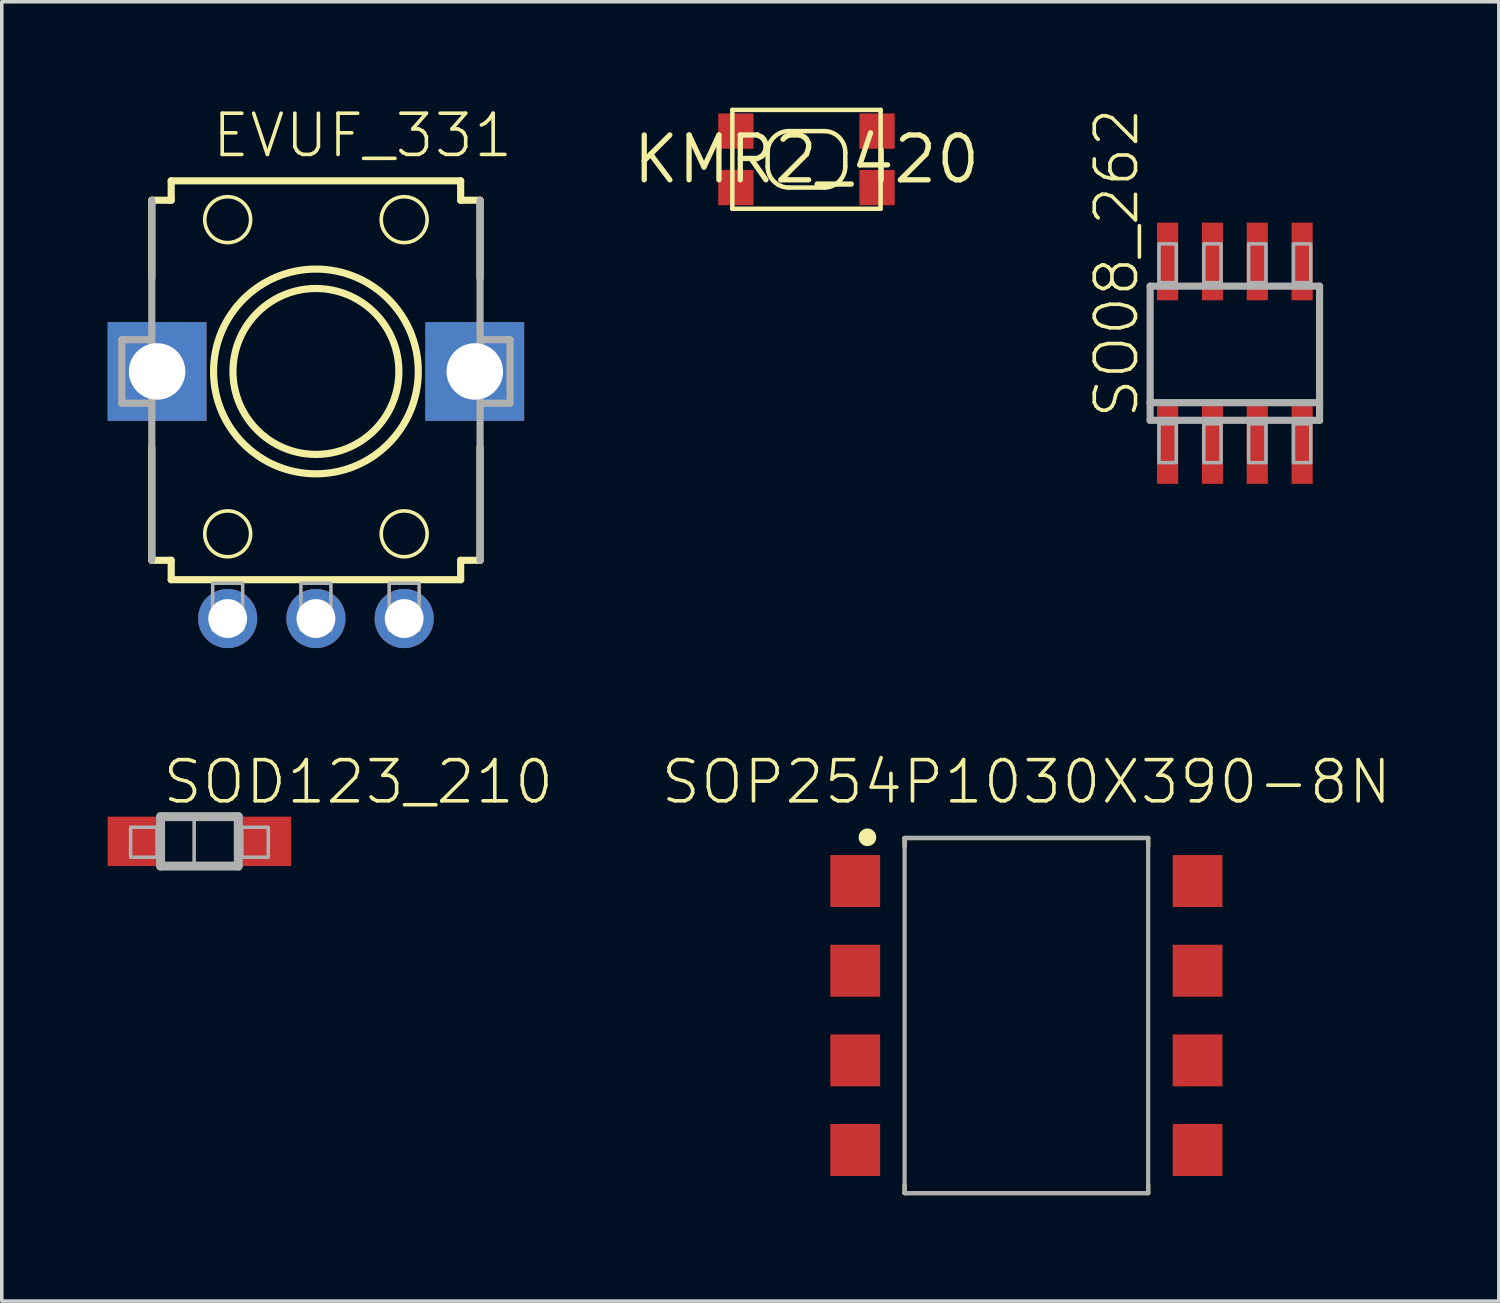
<source format=kicad_pcb>
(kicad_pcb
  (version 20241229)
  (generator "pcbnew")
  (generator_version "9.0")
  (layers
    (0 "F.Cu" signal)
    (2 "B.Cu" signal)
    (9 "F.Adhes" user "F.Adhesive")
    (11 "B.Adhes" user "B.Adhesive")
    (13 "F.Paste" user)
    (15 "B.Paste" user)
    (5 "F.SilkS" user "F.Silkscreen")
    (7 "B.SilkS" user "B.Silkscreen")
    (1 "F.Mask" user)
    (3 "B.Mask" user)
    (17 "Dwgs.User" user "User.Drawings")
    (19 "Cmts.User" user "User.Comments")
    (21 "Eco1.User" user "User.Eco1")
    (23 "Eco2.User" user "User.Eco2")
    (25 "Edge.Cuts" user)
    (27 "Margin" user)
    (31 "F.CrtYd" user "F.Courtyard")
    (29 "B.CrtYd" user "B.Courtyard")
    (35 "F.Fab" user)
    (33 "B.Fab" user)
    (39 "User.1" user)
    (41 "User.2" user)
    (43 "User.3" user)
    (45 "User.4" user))
  (footprint "SOP254P1030X390-8N"
    (layer "F.Cu")
    (at 26.027 25.72)
    (property "Reference" "SOP254P1030X390-8N" (at 0 -5.935 0) (unlocked yes) (layer "F.SilkS") (effects (font (size 1.168 1.168) (thickness 0.102)) (justify bottom)))
    (fp_line (start -3.45 -5.03) (end 3.45 -5.03) (stroke (width 0.12) (type solid)) (layer "F.SilkS"))
    (fp_line (start -3.45 -4.8) (end -3.45 -5.03) (stroke (width 0.12) (type solid)) (layer "F.SilkS"))
    (fp_line (start -3.45 4.8) (end -3.45 5.03) (stroke (width 0.12) (type solid)) (layer "F.SilkS"))
    (fp_line (start -3.45 5.03) (end 3.45 5.03) (stroke (width 0.12) (type solid)) (layer "F.SilkS"))
    (fp_line (start 3.45 -5.03) (end 3.45 -4.8) (stroke (width 0.12) (type solid)) (layer "F.SilkS"))
    (fp_line (start 3.45 5.03) (end 3.45 4.8) (stroke (width 0.12) (type solid)) (layer "F.SilkS"))
    (fp_circle (center -4.503 -5.05) (end -4.378 -5.05) (stroke (width 0.25) (type solid)) (fill yes) (layer "F.SilkS"))
    (fp_line (start -3.45 -5.03) (end 3.45 -5.03) (stroke (width 0.12) (type solid)) (layer "F.Fab"))
    (fp_line (start -3.45 5.03) (end -3.45 -5.03) (stroke (width 0.12) (type solid)) (layer "F.Fab"))
    (fp_line (start 3.45 -5.03) (end 3.45 5.03) (stroke (width 0.12) (type solid)) (layer "F.Fab"))
    (fp_line (start 3.45 5.03) (end -3.45 5.03) (stroke (width 0.12) (type solid)) (layer "F.Fab"))
    (pad "1" smd rect (at -4.85 -3.81) (size 1.412 1.472) (layers "F.Cu" "F.Mask" "F.Paste"))
    (pad "2" smd rect (at -4.85 -1.27) (size 1.412 1.472) (layers "F.Cu" "F.Mask" "F.Paste"))
    (pad "3" smd rect (at -4.85 1.27) (size 1.412 1.472) (layers "F.Cu" "F.Mask" "F.Paste"))
    (pad "4" smd rect (at -4.85 3.81) (size 1.412 1.472) (layers "F.Cu" "F.Mask" "F.Paste"))
    (pad "5" smd rect (at 4.85 3.81) (size 1.412 1.472) (layers "F.Cu" "F.Mask" "F.Paste"))
    (pad "6" smd rect (at 4.85 1.27) (size 1.412 1.472) (layers "F.Cu" "F.Mask" "F.Paste"))
    (pad "7" smd rect (at 4.85 -1.27) (size 1.412 1.472) (layers "F.Cu" "F.Mask" "F.Paste"))
    (pad "8" smd rect (at 4.85 -3.81) (size 1.412 1.472) (layers "F.Cu" "F.Mask" "F.Paste")))
  (footprint "SOD123_210"
    (layer "F.Cu")
    (at 2.6 20.785)
    (property "Reference" "SOD123_210" (at -1.1 -1 0) (unlocked yes) (layer "F.SilkS") (effects (font (size 1.168 1.168) (thickness 0.102)) (justify left bottom)))
    (fp_line (start -1.1 -0.7) (end 1.1 -0.7) (stroke (width 0.254) (type solid)) (layer "F.Fab"))
    (fp_line (start -1.1 0.7) (end -1.1 -0.7) (stroke (width 0.254) (type solid)) (layer "F.Fab"))
    (fp_line (start 1.1 -0.7) (end 1.1 0.7) (stroke (width 0.254) (type solid)) (layer "F.Fab"))
    (fp_line (start 1.1 0.7) (end -1.1 0.7) (stroke (width 0.254) (type solid)) (layer "F.Fab"))
    (fp_poly (pts (xy -1.95 0.45) (xy -1.2 0.45) (xy -1.2 -0.4) (xy -1.95 -0.4)) (stroke (width 0.1) (type default)) (fill no) (layer "F.Fab"))
    (fp_poly (pts (xy -1.05 0.65) (xy -0.15 0.65) (xy -0.15 -0.7) (xy -1.05 -0.7)) (stroke (width 0.1) (type default)) (fill no) (layer "F.Fab"))
    (fp_poly (pts (xy 1.2 0.45) (xy 1.95 0.45) (xy 1.95 -0.4) (xy 1.2 -0.4)) (stroke (width 0.1) (type default)) (fill no) (layer "F.Fab"))
    (pad "A" smd rect (at 1.9 0) (size 1.4 1.4) (layers "F.Cu" "F.Mask" "F.Paste"))
    (pad "C" smd rect (at -1.9 0) (size 1.4 1.4) (layers "F.Cu" "F.Mask" "F.Paste")))
  (footprint "KMR2_420"
    (layer "F.Cu")
    (at 19.797 1.464)
    (property "Reference" "KMR2_420" (at 0 0 0) (layer "F.SilkS") (effects (font (size 1.27 1.27) (thickness 0.15))))
    (fp_line (start -2.1 -1.4) (end 2.1 -1.4) (stroke (width 0.127) (type solid)) (layer "F.SilkS"))
    (fp_line (start -2.1 1.4) (end -2.1 -1.4) (stroke (width 0.127) (type solid)) (layer "F.SilkS"))
    (fp_line (start -1.1 0.2) (end -1.1 -0.2) (stroke (width 0.127) (type solid)) (layer "F.SilkS"))
    (fp_line (start -0.5 -0.8) (end 0.5 -0.8) (stroke (width 0.127) (type solid)) (layer "F.SilkS"))
    (fp_line (start 0.5 0.8) (end -0.5 0.8) (stroke (width 0.127) (type solid)) (layer "F.SilkS"))
    (fp_line (start 1.1 -0.2) (end 1.1 0.2) (stroke (width 0.127) (type solid)) (layer "F.SilkS"))
    (fp_line (start 2.1 -1.4) (end 2.1 1.4) (stroke (width 0.127) (type solid)) (layer "F.SilkS"))
    (fp_line (start 2.1 1.4) (end -2.1 1.4) (stroke (width 0.127) (type solid)) (layer "F.SilkS"))
    (fp_arc (start -1.1 -0.2) (mid -0.924263 -0.624264) (end -0.499998 -0.8) (stroke (width 0.127) (type solid)) (layer "F.SilkS"))
    (fp_arc (start -0.5 0.8) (mid -0.924264 0.624263) (end -1.1 0.199998) (stroke (width 0.127) (type solid)) (layer "F.SilkS"))
    (fp_arc (start 0.5 -0.8) (mid 0.924264 -0.624263) (end 1.1 -0.199998) (stroke (width 0.127) (type solid)) (layer "F.SilkS"))
    (fp_arc (start 1.1 0.2) (mid 0.924263 0.624264) (end 0.499998 0.8) (stroke (width 0.127) (type solid)) (layer "F.SilkS"))
    (pad "1" smd rect (at 2 -0.8) (size 1 1) (layers "F.Cu" "F.Mask" "F.Paste"))
    (pad "2" smd rect (at 2 0.8) (size 1 1) (layers "F.Cu" "F.Mask" "F.Paste"))
    (pad "3" smd rect (at -2 -0.8) (size 1 1) (layers "F.Cu" "F.Mask" "F.Paste"))
    (pad "4" smd rect (at -2 0.8) (size 1 1) (layers "F.Cu" "F.Mask" "F.Paste")))
  (footprint "EVUF_331"
    (layer "F.Cu")
    (at 5.9 7.473)
    (property "Reference" "EVUF_331" (at -3 -6 0) (unlocked yes) (layer "F.SilkS") (effects (font (size 1.168 1.168) (thickness 0.102)) (justify left bottom)))
    (fp_line (start -4.65 -2.65) (end -4.65 -4.85) (stroke (width 0.203) (type solid)) (layer "F.SilkS"))
    (fp_line (start -4.65 5.35) (end -4.65 2.15) (stroke (width 0.203) (type solid)) (layer "F.SilkS"))
    (fp_line (start -4.65 5.35) (end -4.1 5.35) (stroke (width 0.203) (type solid)) (layer "F.SilkS"))
    (fp_line (start -4.1 -5.4) (end -4.1 -4.85) (stroke (width 0.203) (type solid)) (layer "F.SilkS"))
    (fp_line (start -4.1 -5.4) (end 4.1 -5.4) (stroke (width 0.203) (type solid)) (layer "F.SilkS"))
    (fp_line (start -4.1 -4.85) (end -4.65 -4.85) (stroke (width 0.203) (type solid)) (layer "F.SilkS"))
    (fp_line (start -4.1 5.35) (end -4.1 5.9) (stroke (width 0.203) (type solid)) (layer "F.SilkS"))
    (fp_line (start 4.1 -4.85) (end 4.1 -5.4) (stroke (width 0.203) (type solid)) (layer "F.SilkS"))
    (fp_line (start 4.1 5.35) (end 4.65 5.35) (stroke (width 0.203) (type solid)) (layer "F.SilkS"))
    (fp_line (start 4.1 5.9) (end -4.1 5.9) (stroke (width 0.203) (type solid)) (layer "F.SilkS"))
    (fp_line (start 4.1 5.9) (end 4.1 5.35) (stroke (width 0.203) (type solid)) (layer "F.SilkS"))
    (fp_line (start 4.65 -4.85) (end 4.1 -4.85) (stroke (width 0.203) (type solid)) (layer "F.SilkS"))
    (fp_line (start 4.65 -4.85) (end 4.65 -2.65) (stroke (width 0.203) (type solid)) (layer "F.SilkS"))
    (fp_line (start 4.65 2.15) (end 4.65 5.35) (stroke (width 0.203) (type solid)) (layer "F.SilkS"))
    (fp_circle (center -2.5 -4.3) (end -1.85 -4.3) (stroke (width 0.102) (type solid)) (fill no) (layer "F.SilkS"))
    (fp_circle (center -2.5 4.6) (end -1.85 4.6) (stroke (width 0.102) (type solid)) (fill no) (layer "F.SilkS"))
    (fp_circle (center 0 0) (end 2.35 0) (stroke (width 0.203) (type solid)) (fill no) (layer "F.SilkS"))
    (fp_circle (center 0 0) (end 2.9 0) (stroke (width 0.203) (type solid)) (fill no) (layer "F.SilkS"))
    (fp_circle (center 2.5 -4.3) (end 3.15 -4.3) (stroke (width 0.102) (type solid)) (fill no) (layer "F.SilkS"))
    (fp_circle (center 2.5 4.6) (end 3.15 4.6) (stroke (width 0.102) (type solid)) (fill no) (layer "F.SilkS"))
    (fp_line (start -5.5 -0.9) (end -5.5 0.9) (stroke (width 0.203) (type solid)) (layer "F.Fab"))
    (fp_line (start -5.5 0.9) (end -4.75 0.9) (stroke (width 0.203) (type solid)) (layer "F.Fab"))
    (fp_line (start -4.75 -0.9) (end -5.5 -0.9) (stroke (width 0.203) (type solid)) (layer "F.Fab"))
    (fp_line (start -4.65 5.35) (end -4.65 -4.85) (stroke (width 0.203) (type solid)) (layer "F.Fab"))
    (fp_line (start 4.65 -4.85) (end 4.65 5.35) (stroke (width 0.203) (type solid)) (layer "F.Fab"))
    (fp_line (start 4.75 0.9) (end 5.5 0.9) (stroke (width 0.203) (type solid)) (layer "F.Fab"))
    (fp_line (start 5.5 -0.9) (end 4.75 -0.9) (stroke (width 0.203) (type solid)) (layer "F.Fab"))
    (fp_line (start 5.5 0.9) (end 5.5 -0.9) (stroke (width 0.203) (type solid)) (layer "F.Fab"))
    (fp_poly (pts (xy -2.925 7.325) (xy -2.075 7.325) (xy -2.075 6) (xy -2.925 6)) (stroke (width 0.1) (type default)) (fill no) (layer "F.Fab"))
    (fp_poly (pts (xy -0.425 7.325) (xy 0.425 7.325) (xy 0.425 6) (xy -0.425 6)) (stroke (width 0.1) (type default)) (fill no) (layer "F.Fab"))
    (fp_poly (pts (xy 2.075 7.325) (xy 2.925 7.325) (xy 2.925 6) (xy 2.075 6)) (stroke (width 0.1) (type default)) (fill no) (layer "F.Fab"))
    (pad "1" thru_hole circle (at -2.5 7 270) (size 1.676 1.676) (drill 1.1) (layers "*.Cu" "*.Mask"))
    (pad "2" thru_hole circle (at 0 7 270) (size 1.676 1.676) (drill 1.1) (layers "*.Cu" "*.Mask"))
    (pad "3" thru_hole circle (at 2.5 7 270) (size 1.676 1.676) (drill 1.1) (layers "*.Cu" "*.Mask"))
    (pad "M1" thru_hole rect (at 4.5 0 270) (size 2.8 2.8) (drill 1.6) (layers "*.Cu" "*.Mask"))
    (pad "M2" thru_hole rect (at -4.5 0 270) (size 2.8 2.8) (drill 1.6) (layers "*.Cu" "*.Mask")))
  (footprint "SO08_262"
    (layer "F.Cu")
    (at 31.933 6.957)
    (property "Reference" "SO08_262" (at -2.667 1.905 90) (unlocked yes) (layer "F.SilkS") (effects (font (size 1.168 1.168) (thickness 0.102)) (justify left bottom)))
    (fp_line (start -2.4 -1.9) (end 2.4 -1.9) (stroke (width 0.203) (type solid)) (layer "F.Fab"))
    (fp_line (start -2.4 1.4) (end -2.4 -1.9) (stroke (width 0.203) (type solid)) (layer "F.Fab"))
    (fp_line (start -2.4 1.9) (end -2.4 1.4) (stroke (width 0.203) (type solid)) (layer "F.Fab"))
    (fp_line (start 2.4 -1.9) (end 2.4 1.4) (stroke (width 0.203) (type solid)) (layer "F.Fab"))
    (fp_line (start 2.4 1.4) (end -2.4 1.4) (stroke (width 0.203) (type solid)) (layer "F.Fab"))
    (fp_line (start 2.4 1.4) (end 2.4 1.9) (stroke (width 0.203) (type solid)) (layer "F.Fab"))
    (fp_line (start 2.4 1.9) (end -2.4 1.9) (stroke (width 0.203) (type solid)) (layer "F.Fab"))
    (fp_poly (pts (xy -2.15 -2) (xy -1.66 -2) (xy -1.66 -3.1) (xy -2.15 -3.1)) (stroke (width 0.1) (type default)) (fill no) (layer "F.Fab"))
    (fp_poly (pts (xy -2.15 3.1) (xy -1.66 3.1) (xy -1.66 2) (xy -2.15 2)) (stroke (width 0.1) (type default)) (fill no) (layer "F.Fab"))
    (fp_poly (pts (xy -0.88 -2) (xy -0.39 -2) (xy -0.39 -3.1) (xy -0.88 -3.1)) (stroke (width 0.1) (type default)) (fill no) (layer "F.Fab"))
    (fp_poly (pts (xy -0.88 3.1) (xy -0.39 3.1) (xy -0.39 2) (xy -0.88 2)) (stroke (width 0.1) (type default)) (fill no) (layer "F.Fab"))
    (fp_poly (pts (xy 0.39 -2) (xy 0.88 -2) (xy 0.88 -3.1) (xy 0.39 -3.1)) (stroke (width 0.1) (type default)) (fill no) (layer "F.Fab"))
    (fp_poly (pts (xy 0.39 3.1) (xy 0.88 3.1) (xy 0.88 2) (xy 0.39 2)) (stroke (width 0.1) (type default)) (fill no) (layer "F.Fab"))
    (fp_poly (pts (xy 1.66 -2) (xy 2.15 -2) (xy 2.15 -3.1) (xy 1.66 -3.1)) (stroke (width 0.1) (type default)) (fill no) (layer "F.Fab"))
    (fp_poly (pts (xy 1.66 3.1) (xy 2.15 3.1) (xy 2.15 2) (xy 1.66 2)) (stroke (width 0.1) (type default)) (fill no) (layer "F.Fab"))
    (pad "1" smd rect (at -1.905 2.6) (size 0.6 2.2) (layers "F.Cu" "F.Mask" "F.Paste"))
    (pad "2" smd rect (at -0.635 2.6) (size 0.6 2.2) (layers "F.Cu" "F.Mask" "F.Paste"))
    (pad "3" smd rect (at 0.635 2.6) (size 0.6 2.2) (layers "F.Cu" "F.Mask" "F.Paste"))
    (pad "4" smd rect (at 1.905 2.6) (size 0.6 2.2) (layers "F.Cu" "F.Mask" "F.Paste"))
    (pad "5" smd rect (at 1.905 -2.6) (size 0.6 2.2) (layers "F.Cu" "F.Mask" "F.Paste"))
    (pad "6" smd rect (at 0.635 -2.6) (size 0.6 2.2) (layers "F.Cu" "F.Mask" "F.Paste"))
    (pad "7" smd rect (at -0.635 -2.6) (size 0.6 2.2) (layers "F.Cu" "F.Mask" "F.Paste"))
    (pad "8" smd rect (at -1.905 -2.6) (size 0.6 2.2) (layers "F.Cu" "F.Mask" "F.Paste")))
  (gr_rect
    (start -3 -3)
    (end 39.412 33.809)
    (stroke (width 0.1) (type default))
    (fill no)
    (layer "Edge.Cuts")))
</source>
